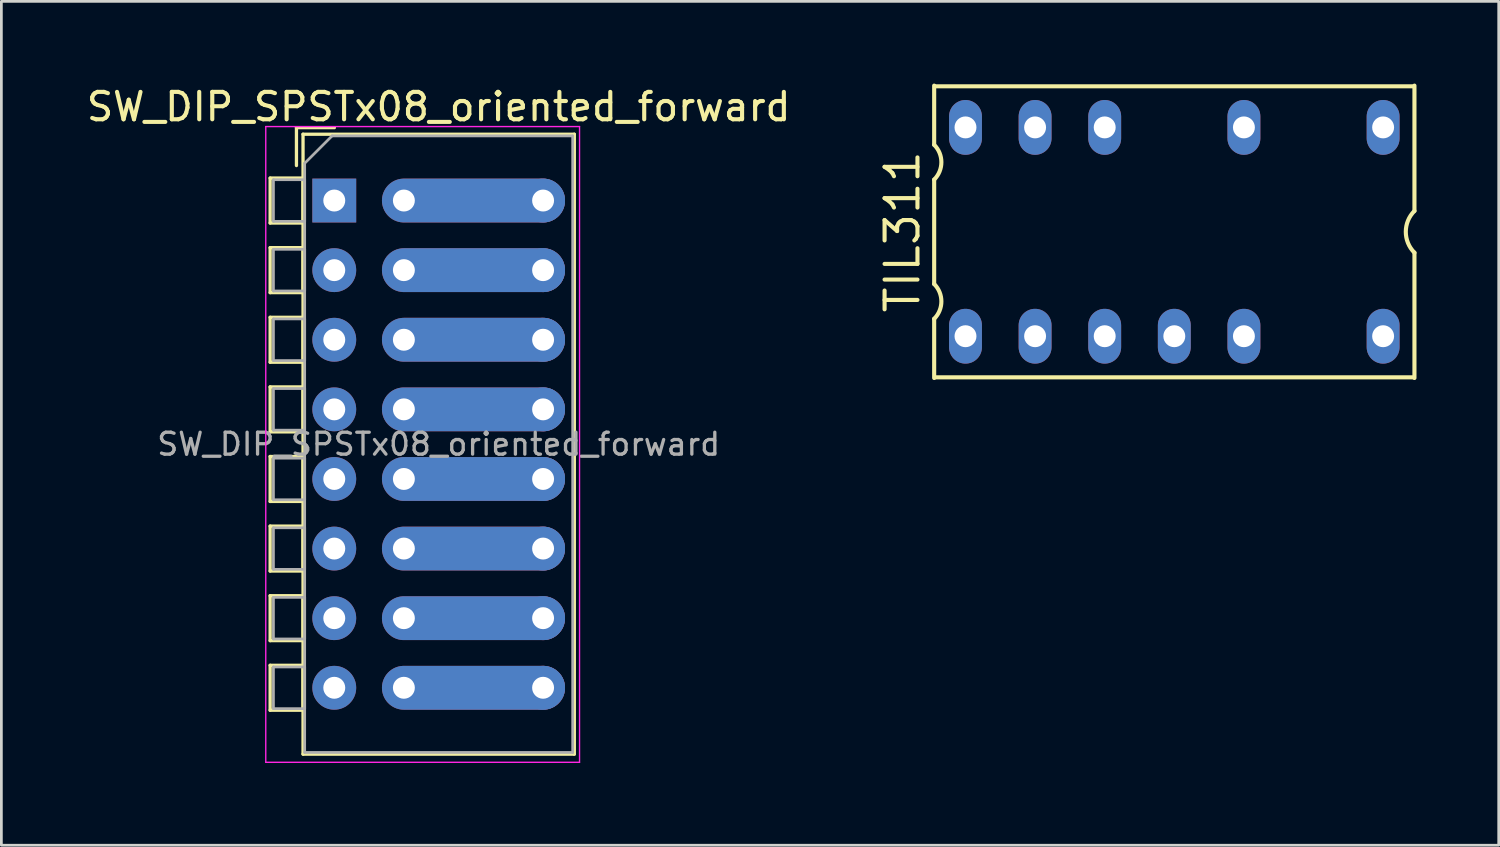
<source format=kicad_pcb>
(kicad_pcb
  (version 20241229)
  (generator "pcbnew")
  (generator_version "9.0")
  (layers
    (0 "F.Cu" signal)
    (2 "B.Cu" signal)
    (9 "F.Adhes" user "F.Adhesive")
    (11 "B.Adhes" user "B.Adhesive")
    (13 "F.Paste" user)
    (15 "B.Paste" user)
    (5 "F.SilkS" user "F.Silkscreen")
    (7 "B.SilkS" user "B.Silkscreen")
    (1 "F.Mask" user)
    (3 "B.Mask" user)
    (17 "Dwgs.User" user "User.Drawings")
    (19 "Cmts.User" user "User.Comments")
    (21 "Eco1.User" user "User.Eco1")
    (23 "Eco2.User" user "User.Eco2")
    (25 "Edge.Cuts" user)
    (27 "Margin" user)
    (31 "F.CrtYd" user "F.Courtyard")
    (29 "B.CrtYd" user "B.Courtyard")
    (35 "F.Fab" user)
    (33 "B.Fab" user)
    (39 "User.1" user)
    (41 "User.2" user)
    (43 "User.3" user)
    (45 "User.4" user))
  (footprint "SW_DIP_SPSTx08_oriented_forward"
    (layer "F.Cu")
    (at 9.148 4.268)
    (property "Reference" "SW_DIP_SPSTx08_oriented_forward" (at 3.81 -3.42 0) (layer "F.SilkS") (effects (font (size 1 1) (thickness 0.15))))
    (attr through_hole)
    (fp_line (start -2.34 -0.82) (end -2.34 0.82) (stroke (width 0.12) (type solid)) (layer "F.SilkS"))
    (fp_line (start -2.34 -0.82) (end -1.14 -0.82) (stroke (width 0.12) (type solid)) (layer "F.SilkS"))
    (fp_line (start -2.34 0.82) (end -1.14 0.82) (stroke (width 0.12) (type solid)) (layer "F.SilkS"))
    (fp_line (start -2.34 1.72) (end -2.34 3.361) (stroke (width 0.12) (type solid)) (layer "F.SilkS"))
    (fp_line (start -2.34 1.72) (end -1.14 1.72) (stroke (width 0.12) (type solid)) (layer "F.SilkS"))
    (fp_line (start -2.34 3.361) (end -1.14 3.361) (stroke (width 0.12) (type solid)) (layer "F.SilkS"))
    (fp_line (start -2.34 4.261) (end -2.34 5.9) (stroke (width 0.12) (type solid)) (layer "F.SilkS"))
    (fp_line (start -2.34 4.261) (end -1.14 4.261) (stroke (width 0.12) (type solid)) (layer "F.SilkS"))
    (fp_line (start -2.34 5.9) (end -1.14 5.9) (stroke (width 0.12) (type solid)) (layer "F.SilkS"))
    (fp_line (start -2.34 6.801) (end -2.34 8.441) (stroke (width 0.12) (type solid)) (layer "F.SilkS"))
    (fp_line (start -2.34 6.801) (end -1.14 6.801) (stroke (width 0.12) (type solid)) (layer "F.SilkS"))
    (fp_line (start -2.34 8.441) (end -1.14 8.441) (stroke (width 0.12) (type solid)) (layer "F.SilkS"))
    (fp_line (start -2.34 9.34) (end -2.34 10.98) (stroke (width 0.12) (type solid)) (layer "F.SilkS"))
    (fp_line (start -2.34 9.34) (end -1.14 9.34) (stroke (width 0.12) (type solid)) (layer "F.SilkS"))
    (fp_line (start -2.34 10.98) (end -1.14 10.98) (stroke (width 0.12) (type solid)) (layer "F.SilkS"))
    (fp_line (start -2.34 11.88) (end -2.34 13.52) (stroke (width 0.12) (type solid)) (layer "F.SilkS"))
    (fp_line (start -2.34 11.88) (end -1.14 11.88) (stroke (width 0.12) (type solid)) (layer "F.SilkS"))
    (fp_line (start -2.34 13.52) (end -1.14 13.52) (stroke (width 0.12) (type solid)) (layer "F.SilkS"))
    (fp_line (start -2.34 14.42) (end -2.34 16.06) (stroke (width 0.12) (type solid)) (layer "F.SilkS"))
    (fp_line (start -2.34 14.42) (end -1.14 14.42) (stroke (width 0.12) (type solid)) (layer "F.SilkS"))
    (fp_line (start -2.34 16.06) (end -1.14 16.06) (stroke (width 0.12) (type solid)) (layer "F.SilkS"))
    (fp_line (start -2.34 16.96) (end -2.34 18.6) (stroke (width 0.12) (type solid)) (layer "F.SilkS"))
    (fp_line (start -2.34 16.96) (end -1.14 16.96) (stroke (width 0.12) (type solid)) (layer "F.SilkS"))
    (fp_line (start -2.34 18.6) (end -1.14 18.6) (stroke (width 0.12) (type solid)) (layer "F.SilkS"))
    (fp_line (start -1.38 -2.66) (end -1.38 -1.277) (stroke (width 0.12) (type solid)) (layer "F.SilkS"))
    (fp_line (start -1.38 -2.66) (end 0.004 -2.66) (stroke (width 0.12) (type solid)) (layer "F.SilkS"))
    (fp_line (start -1.14 -2.42) (end -1.14 20.201) (stroke (width 0.12) (type solid)) (layer "F.SilkS"))
    (fp_line (start -1.14 -2.42) (end 8.76 -2.42) (stroke (width 0.12) (type solid)) (layer "F.SilkS"))
    (fp_line (start -1.14 -0.82) (end -1.14 0.82) (stroke (width 0.12) (type solid)) (layer "F.SilkS"))
    (fp_line (start -1.14 1.72) (end -1.14 3.361) (stroke (width 0.12) (type solid)) (layer "F.SilkS"))
    (fp_line (start -1.14 4.261) (end -1.14 5.9) (stroke (width 0.12) (type solid)) (layer "F.SilkS"))
    (fp_line (start -1.14 6.801) (end -1.14 8.441) (stroke (width 0.12) (type solid)) (layer "F.SilkS"))
    (fp_line (start -1.14 9.34) (end -1.14 10.98) (stroke (width 0.12) (type solid)) (layer "F.SilkS"))
    (fp_line (start -1.14 11.88) (end -1.14 13.52) (stroke (width 0.12) (type solid)) (layer "F.SilkS"))
    (fp_line (start -1.14 14.42) (end -1.14 16.06) (stroke (width 0.12) (type solid)) (layer "F.SilkS"))
    (fp_line (start -1.14 16.96) (end -1.14 18.6) (stroke (width 0.12) (type solid)) (layer "F.SilkS"))
    (fp_line (start -1.14 20.201) (end 8.76 20.201) (stroke (width 0.12) (type solid)) (layer "F.SilkS"))
    (fp_line (start 8.76 -2.42) (end 8.76 20.201) (stroke (width 0.12) (type solid)) (layer "F.SilkS"))
    (fp_line (start -2.5 -2.7) (end -2.5 20.5) (stroke (width 0.05) (type solid)) (layer "F.CrtYd"))
    (fp_line (start -2.5 20.5) (end 8.95 20.5) (stroke (width 0.05) (type solid)) (layer "F.CrtYd"))
    (fp_line (start 8.95 -2.7) (end -2.5 -2.7) (stroke (width 0.05) (type solid)) (layer "F.CrtYd"))
    (fp_line (start 8.95 20.5) (end 8.95 -2.7) (stroke (width 0.05) (type solid)) (layer "F.CrtYd"))
    (fp_line (start -2.22 -0.76) (end -1.08 -0.76) (stroke (width 0.1) (type solid)) (layer "F.Fab"))
    (fp_line (start -2.22 0.76) (end -2.22 -0.76) (stroke (width 0.1) (type solid)) (layer "F.Fab"))
    (fp_line (start -2.22 1.78) (end -1.08 1.78) (stroke (width 0.1) (type solid)) (layer "F.Fab"))
    (fp_line (start -2.22 3.3) (end -2.22 1.78) (stroke (width 0.1) (type solid)) (layer "F.Fab"))
    (fp_line (start -2.22 4.32) (end -1.08 4.32) (stroke (width 0.1) (type solid)) (layer "F.Fab"))
    (fp_line (start -2.22 5.84) (end -2.22 4.32) (stroke (width 0.1) (type solid)) (layer "F.Fab"))
    (fp_line (start -2.22 6.86) (end -1.08 6.86) (stroke (width 0.1) (type solid)) (layer "F.Fab"))
    (fp_line (start -2.22 8.38) (end -2.22 6.86) (stroke (width 0.1) (type solid)) (layer "F.Fab"))
    (fp_line (start -2.22 9.4) (end -1.08 9.4) (stroke (width 0.1) (type solid)) (layer "F.Fab"))
    (fp_line (start -2.22 10.92) (end -2.22 9.4) (stroke (width 0.1) (type solid)) (layer "F.Fab"))
    (fp_line (start -2.22 11.94) (end -1.08 11.94) (stroke (width 0.1) (type solid)) (layer "F.Fab"))
    (fp_line (start -2.22 13.46) (end -2.22 11.94) (stroke (width 0.1) (type solid)) (layer "F.Fab"))
    (fp_line (start -2.22 14.48) (end -1.08 14.48) (stroke (width 0.1) (type solid)) (layer "F.Fab"))
    (fp_line (start -2.22 16) (end -2.22 14.48) (stroke (width 0.1) (type solid)) (layer "F.Fab"))
    (fp_line (start -2.22 17.02) (end -1.08 17.02) (stroke (width 0.1) (type solid)) (layer "F.Fab"))
    (fp_line (start -2.22 18.54) (end -2.22 17.02) (stroke (width 0.1) (type solid)) (layer "F.Fab"))
    (fp_line (start -1.08 -1.36) (end -0.08 -2.36) (stroke (width 0.1) (type solid)) (layer "F.Fab"))
    (fp_line (start -1.08 -0.76) (end -1.08 0.76) (stroke (width 0.1) (type solid)) (layer "F.Fab"))
    (fp_line (start -1.08 0.76) (end -2.22 0.76) (stroke (width 0.1) (type solid)) (layer "F.Fab"))
    (fp_line (start -1.08 1.78) (end -1.08 3.3) (stroke (width 0.1) (type solid)) (layer "F.Fab"))
    (fp_line (start -1.08 3.3) (end -2.22 3.3) (stroke (width 0.1) (type solid)) (layer "F.Fab"))
    (fp_line (start -1.08 4.32) (end -1.08 5.84) (stroke (width 0.1) (type solid)) (layer "F.Fab"))
    (fp_line (start -1.08 5.84) (end -2.22 5.84) (stroke (width 0.1) (type solid)) (layer "F.Fab"))
    (fp_line (start -1.08 6.86) (end -1.08 8.38) (stroke (width 0.1) (type solid)) (layer "F.Fab"))
    (fp_line (start -1.08 8.38) (end -2.22 8.38) (stroke (width 0.1) (type solid)) (layer "F.Fab"))
    (fp_line (start -1.08 9.4) (end -1.08 10.92) (stroke (width 0.1) (type solid)) (layer "F.Fab"))
    (fp_line (start -1.08 10.92) (end -2.22 10.92) (stroke (width 0.1) (type solid)) (layer "F.Fab"))
    (fp_line (start -1.08 11.94) (end -1.08 13.46) (stroke (width 0.1) (type solid)) (layer "F.Fab"))
    (fp_line (start -1.08 13.46) (end -2.22 13.46) (stroke (width 0.1) (type solid)) (layer "F.Fab"))
    (fp_line (start -1.08 14.48) (end -1.08 16) (stroke (width 0.1) (type solid)) (layer "F.Fab"))
    (fp_line (start -1.08 16) (end -2.22 16) (stroke (width 0.1) (type solid)) (layer "F.Fab"))
    (fp_line (start -1.08 17.02) (end -1.08 18.54) (stroke (width 0.1) (type solid)) (layer "F.Fab"))
    (fp_line (start -1.08 18.54) (end -2.22 18.54) (stroke (width 0.1) (type solid)) (layer "F.Fab"))
    (fp_line (start -1.08 20.14) (end -1.08 -1.36) (stroke (width 0.1) (type solid)) (layer "F.Fab"))
    (fp_line (start -0.08 -2.36) (end 8.7 -2.36) (stroke (width 0.1) (type solid)) (layer "F.Fab"))
    (fp_line (start 8.7 -2.36) (end 8.7 20.14) (stroke (width 0.1) (type solid)) (layer "F.Fab"))
    (fp_line (start 8.7 20.14) (end -1.08 20.14) (stroke (width 0.1) (type solid)) (layer "F.Fab"))
    (fp_text user "${REFERENCE}" (at 3.81 8.89 0) (layer "F.Fab") (effects (font (size 0.8 0.8) (thickness 0.12))))
    (pad "1" thru_hole rect (at 0 0) (size 1.6 1.6) (drill 0.8) (layers "*.Cu" "*.Mask"))
    (pad "2" thru_hole oval (at 0 2.54) (size 1.6 1.6) (drill 0.8) (layers "*.Cu" "*.Mask"))
    (pad "3" thru_hole oval (at 0 5.08) (size 1.6 1.6) (drill 0.8) (layers "*.Cu" "*.Mask"))
    (pad "4" thru_hole oval (at 0 7.62) (size 1.6 1.6) (drill 0.8) (layers "*.Cu" "*.Mask"))
    (pad "5" thru_hole oval (at 0 10.16) (size 1.6 1.6) (drill 0.8) (layers "*.Cu" "*.Mask"))
    (pad "6" thru_hole oval (at 0 12.7) (size 1.6 1.6) (drill 0.8) (layers "*.Cu" "*.Mask"))
    (pad "7" thru_hole oval (at 0 15.24) (size 1.6 1.6) (drill 0.8) (layers "*.Cu" "*.Mask"))
    (pad "8" thru_hole oval (at 0 17.78) (size 1.6 1.6) (drill 0.8) (layers "*.Cu" "*.Mask"))
    (pad "9" thru_hole oval (at 2.54 17.78) (size 6.68 1.6) (drill 0.8 (offset 2.54 0)) (layers "*.Cu" "*.Mask"))
    (pad "9" thru_hole oval (at 7.62 17.78) (size 1.6 1.6) (drill 0.8) (layers "*.Cu" "*.Mask"))
    (pad "10" thru_hole oval (at 2.54 15.24) (size 6.68 1.6) (drill 0.8 (offset 2.54 0)) (layers "*.Cu" "*.Mask"))
    (pad "10" thru_hole oval (at 7.62 15.24) (size 1.6 1.6) (drill 0.8) (layers "*.Cu" "*.Mask"))
    (pad "11" thru_hole oval (at 2.54 12.7) (size 6.68 1.6) (drill 0.8 (offset 2.54 0)) (layers "*.Cu" "*.Mask"))
    (pad "11" thru_hole oval (at 7.62 12.7) (size 1.6 1.6) (drill 0.8) (layers "*.Cu" "*.Mask"))
    (pad "12" thru_hole oval (at 2.54 10.16) (size 6.68 1.6) (drill 0.8 (offset 2.54 0)) (layers "*.Cu" "*.Mask"))
    (pad "12" thru_hole oval (at 7.62 10.16) (size 1.6 1.6) (drill 0.8) (layers "*.Cu" "*.Mask"))
    (pad "13" thru_hole oval (at 2.54 7.62) (size 6.68 1.6) (drill 0.8 (offset 2.54 0)) (layers "*.Cu" "*.Mask"))
    (pad "13" thru_hole oval (at 7.62 7.62) (size 1.6 1.6) (drill 0.8) (layers "*.Cu" "*.Mask"))
    (pad "14" thru_hole oval (at 2.54 5.08) (size 6.68 1.6) (drill 0.8 (offset 2.54 0)) (layers "*.Cu" "*.Mask"))
    (pad "14" thru_hole oval (at 7.62 5.08) (size 1.6 1.6) (drill 0.8) (layers "*.Cu" "*.Mask"))
    (pad "15" thru_hole oval (at 2.54 2.54) (size 6.68 1.6) (drill 0.8 (offset 2.54 0)) (layers "*.Cu" "*.Mask"))
    (pad "15" thru_hole oval (at 7.62 2.54) (size 1.6 1.6) (drill 0.8) (layers "*.Cu" "*.Mask"))
    (pad "16" thru_hole oval (at 2.54 0) (size 6.68 1.6) (drill 0.8 (offset 2.54 0)) (layers "*.Cu" "*.Mask"))
    (pad "16" thru_hole oval (at 7.62 0) (size 1.6 1.6) (drill 0.8) (layers "*.Cu" "*.Mask")))
  (footprint "TIL311"
    (layer "F.Cu")
    (at 39.802 5.409)
    (property "Reference" "TIL311" (at -9.92 0 90) (layer "F.SilkS") (effects (font (size 1.2 1.2) (thickness 0.15))))
    (attr through_hole)
    (fp_line (start -8.763 -5.334) (end -8.763 -3.175) (stroke (width 0.15) (type solid)) (layer "F.SilkS"))
    (fp_line (start -8.763 -1.905) (end -8.763 1.905) (stroke (width 0.15) (type solid)) (layer "F.SilkS"))
    (fp_line (start -8.763 3.175) (end -8.763 5.334) (stroke (width 0.15) (type solid)) (layer "F.SilkS"))
    (fp_line (start -8.72 5.31) (end 8.72 5.31) (stroke (width 0.15) (type solid)) (layer "F.SilkS"))
    (fp_line (start 8.72 -5.31) (end -8.72 -5.31) (stroke (width 0.15) (type solid)) (layer "F.SilkS"))
    (fp_line (start 8.763 -5.334) (end 8.763 -0.762) (stroke (width 0.15) (type solid)) (layer "F.SilkS"))
    (fp_line (start 8.763 0.762) (end 8.763 5.334) (stroke (width 0.15) (type solid)) (layer "F.SilkS"))
    (fp_arc (start -8.763 -3.175) (mid -8.499974 -2.54) (end -8.763 -1.905) (stroke (width 0.15) (type solid)) (layer "F.SilkS"))
    (fp_arc (start -8.763 1.905) (mid -8.499974 2.54) (end -8.763 3.175) (stroke (width 0.15) (type solid)) (layer "F.SilkS"))
    (fp_arc (start 8.763 0.762) (mid 8.447369 0) (end 8.763 -0.762) (stroke (width 0.15) (type solid)) (layer "F.SilkS"))
    (pad "1" thru_hole oval (at -7.62 3.81) (size 1.2 2) (drill 0.8) (layers "*.Cu" "*.Mask"))
    (pad "2" thru_hole oval (at -5.08 3.81) (size 1.2 2) (drill 0.8) (layers "*.Cu" "*.Mask"))
    (pad "3" thru_hole oval (at -2.54 3.81) (size 1.2 2) (drill 0.8) (layers "*.Cu" "*.Mask"))
    (pad "4" thru_hole oval (at 0 3.81) (size 1.2 2) (drill 0.8) (layers "*.Cu" "*.Mask"))
    (pad "5" thru_hole oval (at 2.54 3.81) (size 1.2 2) (drill 0.8) (layers "*.Cu" "*.Mask"))
    (pad "7" thru_hole oval (at 7.62 3.81) (size 1.2 2) (drill 0.8) (layers "*.Cu" "*.Mask"))
    (pad "8" thru_hole oval (at 7.62 -3.81) (size 1.2 2) (drill 0.8) (layers "*.Cu" "*.Mask"))
    (pad "10" thru_hole oval (at 2.54 -3.81) (size 1.2 2) (drill 0.8) (layers "*.Cu" "*.Mask"))
    (pad "12" thru_hole oval (at -2.54 -3.81) (size 1.2 2) (drill 0.8) (layers "*.Cu" "*.Mask"))
    (pad "13" thru_hole oval (at -5.08 -3.81) (size 1.2 2) (drill 0.8) (layers "*.Cu" "*.Mask"))
    (pad "14" thru_hole oval (at -7.62 -3.81) (size 1.2 2) (drill 0.8) (layers "*.Cu" "*.Mask")))
  (gr_rect
    (start -3 -3)
    (end 51.64 27.793)
    (stroke (width 0.1) (type default))
    (fill no)
    (layer "Edge.Cuts")))
</source>
